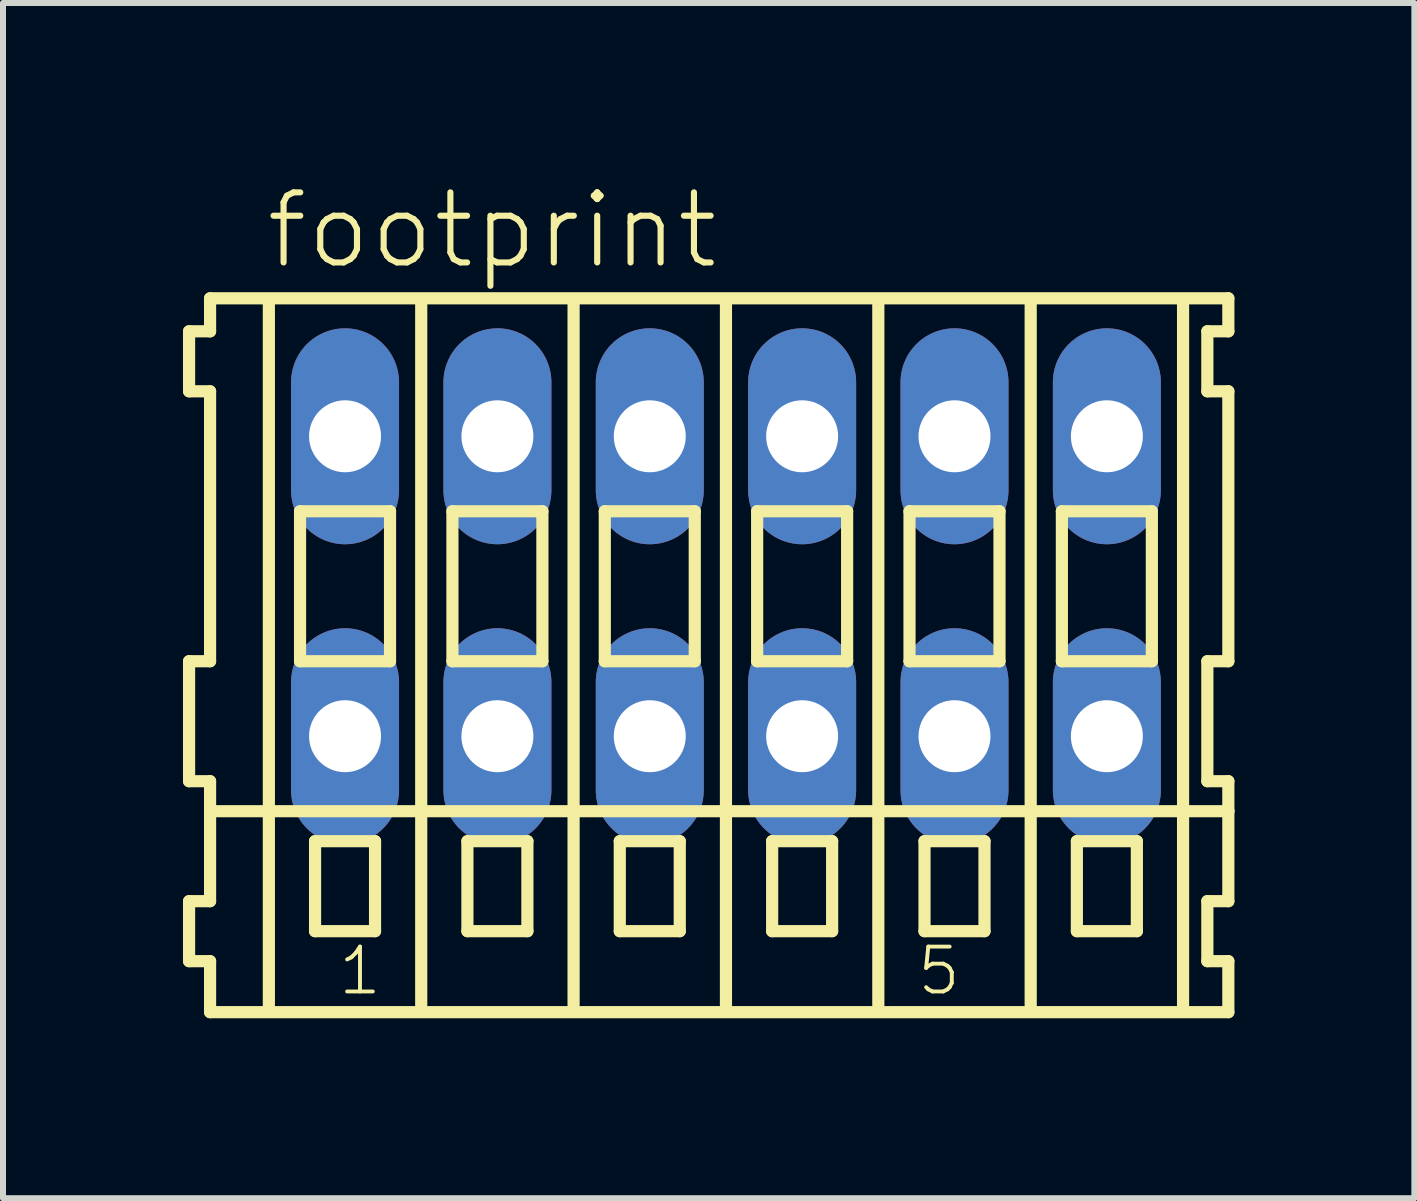
<source format=kicad_pcb>
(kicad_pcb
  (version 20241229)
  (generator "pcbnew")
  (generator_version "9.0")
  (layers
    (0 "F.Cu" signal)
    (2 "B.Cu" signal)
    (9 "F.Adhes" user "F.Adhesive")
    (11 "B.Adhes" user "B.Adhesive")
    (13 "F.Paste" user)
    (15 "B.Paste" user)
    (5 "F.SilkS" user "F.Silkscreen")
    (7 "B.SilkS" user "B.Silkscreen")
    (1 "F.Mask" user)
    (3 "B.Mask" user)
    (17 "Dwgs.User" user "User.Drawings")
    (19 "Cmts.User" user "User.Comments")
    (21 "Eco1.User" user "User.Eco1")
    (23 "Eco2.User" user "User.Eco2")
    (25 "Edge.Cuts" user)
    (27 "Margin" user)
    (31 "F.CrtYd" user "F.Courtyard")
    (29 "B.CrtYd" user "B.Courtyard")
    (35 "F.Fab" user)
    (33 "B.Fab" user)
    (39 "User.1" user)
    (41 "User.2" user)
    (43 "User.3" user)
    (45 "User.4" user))
  (footprint "footprint"
    (layer "F.Cu")
    (at 9.052 6.723)
    (property "Reference" "footprint" (at -7.72 -5.25 0) (layer "F.SilkS") (effects (font (size 1.168 1.168) (thickness 0.102)) (justify left bottom)))
    (fp_line (start -8.95 -4.25) (end -8.95 -3.25) (stroke (width 0.203) (type solid)) (layer "F.SilkS"))
    (fp_line (start -8.95 -3.25) (end -8.6 -3.25) (stroke (width 0.203) (type solid)) (layer "F.SilkS"))
    (fp_line (start -8.95 1.25) (end -8.95 3.25) (stroke (width 0.203) (type solid)) (layer "F.SilkS"))
    (fp_line (start -8.95 3.25) (end -8.6 3.25) (stroke (width 0.203) (type solid)) (layer "F.SilkS"))
    (fp_line (start -8.95 5.25) (end -8.95 6.25) (stroke (width 0.203) (type solid)) (layer "F.SilkS"))
    (fp_line (start -8.95 6.25) (end -8.6 6.25) (stroke (width 0.203) (type solid)) (layer "F.SilkS"))
    (fp_line (start -8.6 -4.8) (end -8.6 -4.25) (stroke (width 0.203) (type solid)) (layer "F.SilkS"))
    (fp_line (start -8.6 -4.25) (end -8.95 -4.25) (stroke (width 0.203) (type solid)) (layer "F.SilkS"))
    (fp_line (start -8.6 -3.25) (end -8.6 1.25) (stroke (width 0.203) (type solid)) (layer "F.SilkS"))
    (fp_line (start -8.6 1.25) (end -8.95 1.25) (stroke (width 0.203) (type solid)) (layer "F.SilkS"))
    (fp_line (start -8.6 3.25) (end -8.6 5.25) (stroke (width 0.203) (type solid)) (layer "F.SilkS"))
    (fp_line (start -8.6 3.75) (end 8.375 3.75) (stroke (width 0.203) (type solid)) (layer "F.SilkS"))
    (fp_line (start -8.6 5.25) (end -8.95 5.25) (stroke (width 0.203) (type solid)) (layer "F.SilkS"))
    (fp_line (start -8.6 6.25) (end -8.6 7.1) (stroke (width 0.203) (type solid)) (layer "F.SilkS"))
    (fp_line (start -8.6 7.1) (end 8.375 7.1) (stroke (width 0.203) (type solid)) (layer "F.SilkS"))
    (fp_line (start -7.62 6.985) (end -7.62 -4.699) (stroke (width 0.203) (type solid)) (layer "F.SilkS"))
    (fp_line (start -7.1 -1.25) (end -7.1 1.25) (stroke (width 0.203) (type solid)) (layer "F.SilkS"))
    (fp_line (start -7.1 1.25) (end -5.6 1.25) (stroke (width 0.203) (type solid)) (layer "F.SilkS"))
    (fp_line (start -6.85 4.25) (end -6.85 5.75) (stroke (width 0.203) (type solid)) (layer "F.SilkS"))
    (fp_line (start -6.85 5.75) (end -5.85 5.75) (stroke (width 0.203) (type solid)) (layer "F.SilkS"))
    (fp_line (start -5.85 4.25) (end -6.85 4.25) (stroke (width 0.203) (type solid)) (layer "F.SilkS"))
    (fp_line (start -5.85 5.75) (end -5.85 4.25) (stroke (width 0.203) (type solid)) (layer "F.SilkS"))
    (fp_line (start -5.6 -1.25) (end -7.1 -1.25) (stroke (width 0.203) (type solid)) (layer "F.SilkS"))
    (fp_line (start -5.6 1.25) (end -5.6 -1.25) (stroke (width 0.203) (type solid)) (layer "F.SilkS"))
    (fp_line (start -5.08 6.985) (end -5.08 -4.699) (stroke (width 0.203) (type solid)) (layer "F.SilkS"))
    (fp_line (start -4.56 -1.25) (end -4.56 1.25) (stroke (width 0.203) (type solid)) (layer "F.SilkS"))
    (fp_line (start -4.56 1.25) (end -3.06 1.25) (stroke (width 0.203) (type solid)) (layer "F.SilkS"))
    (fp_line (start -4.31 4.25) (end -4.31 5.75) (stroke (width 0.203) (type solid)) (layer "F.SilkS"))
    (fp_line (start -4.31 5.75) (end -3.31 5.75) (stroke (width 0.203) (type solid)) (layer "F.SilkS"))
    (fp_line (start -3.31 4.25) (end -4.31 4.25) (stroke (width 0.203) (type solid)) (layer "F.SilkS"))
    (fp_line (start -3.31 5.75) (end -3.31 4.25) (stroke (width 0.203) (type solid)) (layer "F.SilkS"))
    (fp_line (start -3.06 -1.25) (end -4.56 -1.25) (stroke (width 0.203) (type solid)) (layer "F.SilkS"))
    (fp_line (start -3.06 1.25) (end -3.06 -1.25) (stroke (width 0.203) (type solid)) (layer "F.SilkS"))
    (fp_line (start -2.54 6.985) (end -2.54 -4.699) (stroke (width 0.203) (type solid)) (layer "F.SilkS"))
    (fp_line (start -2.02 -1.25) (end -2.02 1.25) (stroke (width 0.203) (type solid)) (layer "F.SilkS"))
    (fp_line (start -2.02 1.25) (end -0.52 1.25) (stroke (width 0.203) (type solid)) (layer "F.SilkS"))
    (fp_line (start -1.77 4.25) (end -1.77 5.75) (stroke (width 0.203) (type solid)) (layer "F.SilkS"))
    (fp_line (start -1.77 5.75) (end -0.77 5.75) (stroke (width 0.203) (type solid)) (layer "F.SilkS"))
    (fp_line (start -0.77 4.25) (end -1.77 4.25) (stroke (width 0.203) (type solid)) (layer "F.SilkS"))
    (fp_line (start -0.77 5.75) (end -0.77 4.25) (stroke (width 0.203) (type solid)) (layer "F.SilkS"))
    (fp_line (start -0.52 -1.25) (end -2.02 -1.25) (stroke (width 0.203) (type solid)) (layer "F.SilkS"))
    (fp_line (start -0.52 1.25) (end -0.52 -1.25) (stroke (width 0.203) (type solid)) (layer "F.SilkS"))
    (fp_line (start 0 6.985) (end 0 -4.699) (stroke (width 0.203) (type solid)) (layer "F.SilkS"))
    (fp_line (start 0.52 -1.25) (end 0.52 1.25) (stroke (width 0.203) (type solid)) (layer "F.SilkS"))
    (fp_line (start 0.52 1.25) (end 2.02 1.25) (stroke (width 0.203) (type solid)) (layer "F.SilkS"))
    (fp_line (start 0.77 4.25) (end 0.77 5.75) (stroke (width 0.203) (type solid)) (layer "F.SilkS"))
    (fp_line (start 0.77 5.75) (end 1.77 5.75) (stroke (width 0.203) (type solid)) (layer "F.SilkS"))
    (fp_line (start 1.77 4.25) (end 0.77 4.25) (stroke (width 0.203) (type solid)) (layer "F.SilkS"))
    (fp_line (start 1.77 5.75) (end 1.77 4.25) (stroke (width 0.203) (type solid)) (layer "F.SilkS"))
    (fp_line (start 2.02 -1.25) (end 0.52 -1.25) (stroke (width 0.203) (type solid)) (layer "F.SilkS"))
    (fp_line (start 2.02 1.25) (end 2.02 -1.25) (stroke (width 0.203) (type solid)) (layer "F.SilkS"))
    (fp_line (start 2.54 6.985) (end 2.54 -4.699) (stroke (width 0.203) (type solid)) (layer "F.SilkS"))
    (fp_line (start 3.06 -1.25) (end 3.06 1.25) (stroke (width 0.203) (type solid)) (layer "F.SilkS"))
    (fp_line (start 3.06 1.25) (end 4.56 1.25) (stroke (width 0.203) (type solid)) (layer "F.SilkS"))
    (fp_line (start 3.31 4.25) (end 3.31 5.75) (stroke (width 0.203) (type solid)) (layer "F.SilkS"))
    (fp_line (start 3.31 5.75) (end 4.31 5.75) (stroke (width 0.203) (type solid)) (layer "F.SilkS"))
    (fp_line (start 4.31 4.25) (end 3.31 4.25) (stroke (width 0.203) (type solid)) (layer "F.SilkS"))
    (fp_line (start 4.31 5.75) (end 4.31 4.25) (stroke (width 0.203) (type solid)) (layer "F.SilkS"))
    (fp_line (start 4.56 -1.25) (end 3.06 -1.25) (stroke (width 0.203) (type solid)) (layer "F.SilkS"))
    (fp_line (start 4.56 1.25) (end 4.56 -1.25) (stroke (width 0.203) (type solid)) (layer "F.SilkS"))
    (fp_line (start 5.08 6.985) (end 5.08 -4.699) (stroke (width 0.203) (type solid)) (layer "F.SilkS"))
    (fp_line (start 5.6 -1.25) (end 5.6 1.25) (stroke (width 0.203) (type solid)) (layer "F.SilkS"))
    (fp_line (start 5.6 1.25) (end 7.1 1.25) (stroke (width 0.203) (type solid)) (layer "F.SilkS"))
    (fp_line (start 5.85 4.25) (end 5.85 5.75) (stroke (width 0.203) (type solid)) (layer "F.SilkS"))
    (fp_line (start 5.85 5.75) (end 6.85 5.75) (stroke (width 0.203) (type solid)) (layer "F.SilkS"))
    (fp_line (start 6.85 4.25) (end 5.85 4.25) (stroke (width 0.203) (type solid)) (layer "F.SilkS"))
    (fp_line (start 6.85 5.75) (end 6.85 4.25) (stroke (width 0.203) (type solid)) (layer "F.SilkS"))
    (fp_line (start 7.1 -1.25) (end 5.6 -1.25) (stroke (width 0.203) (type solid)) (layer "F.SilkS"))
    (fp_line (start 7.1 1.25) (end 7.1 -1.25) (stroke (width 0.203) (type solid)) (layer "F.SilkS"))
    (fp_line (start 7.62 6.985) (end 7.62 -4.699) (stroke (width 0.203) (type solid)) (layer "F.SilkS"))
    (fp_line (start 8.025 -4.25) (end 8.025 -3.25) (stroke (width 0.203) (type solid)) (layer "F.SilkS"))
    (fp_line (start 8.025 -3.25) (end 8.375 -3.25) (stroke (width 0.203) (type solid)) (layer "F.SilkS"))
    (fp_line (start 8.025 1.25) (end 8.025 3.25) (stroke (width 0.203) (type solid)) (layer "F.SilkS"))
    (fp_line (start 8.025 3.25) (end 8.375 3.25) (stroke (width 0.203) (type solid)) (layer "F.SilkS"))
    (fp_line (start 8.025 5.25) (end 8.025 6.25) (stroke (width 0.203) (type solid)) (layer "F.SilkS"))
    (fp_line (start 8.025 6.25) (end 8.375 6.25) (stroke (width 0.203) (type solid)) (layer "F.SilkS"))
    (fp_line (start 8.375 -4.8) (end -8.6 -4.8) (stroke (width 0.203) (type solid)) (layer "F.SilkS"))
    (fp_line (start 8.375 -4.25) (end 8.025 -4.25) (stroke (width 0.203) (type solid)) (layer "F.SilkS"))
    (fp_line (start 8.375 -4.25) (end 8.375 -4.8) (stroke (width 0.203) (type solid)) (layer "F.SilkS"))
    (fp_line (start 8.375 1.25) (end 8.025 1.25) (stroke (width 0.203) (type solid)) (layer "F.SilkS"))
    (fp_line (start 8.375 1.25) (end 8.375 -3.25) (stroke (width 0.203) (type solid)) (layer "F.SilkS"))
    (fp_line (start 8.375 3.75) (end 8.375 3.25) (stroke (width 0.203) (type solid)) (layer "F.SilkS"))
    (fp_line (start 8.375 5.25) (end 8.025 5.25) (stroke (width 0.203) (type solid)) (layer "F.SilkS"))
    (fp_line (start 8.375 5.25) (end 8.375 3.75) (stroke (width 0.203) (type solid)) (layer "F.SilkS"))
    (fp_line (start 8.375 7.1) (end 8.375 6.25) (stroke (width 0.203) (type solid)) (layer "F.SilkS"))
    (fp_text user "1" (at -6.5 6.85 0) (layer "F.SilkS") (effects (font (size 0.748 0.748) (thickness 0.065)) (justify left bottom)))
    (fp_text user "5" (at 3.152 6.85 0) (layer "F.SilkS") (effects (font (size 0.748 0.748) (thickness 0.065)) (justify left bottom)))
    (pad "A1" thru_hole oval (at -6.35 -2.5 90) (size 3.6 1.8) (drill 1.2) (layers "*.Cu" "*.Mask"))
    (pad "A2" thru_hole oval (at -3.81 -2.5 90) (size 3.6 1.8) (drill 1.2) (layers "*.Cu" "*.Mask"))
    (pad "A3" thru_hole oval (at -1.27 -2.5 90) (size 3.6 1.8) (drill 1.2) (layers "*.Cu" "*.Mask"))
    (pad "A4" thru_hole oval (at 1.27 -2.5 90) (size 3.6 1.8) (drill 1.2) (layers "*.Cu" "*.Mask"))
    (pad "A5" thru_hole oval (at 3.81 -2.5 90) (size 3.6 1.8) (drill 1.2) (layers "*.Cu" "*.Mask"))
    (pad "A6" thru_hole oval (at 6.35 -2.5 90) (size 3.6 1.8) (drill 1.2) (layers "*.Cu" "*.Mask"))
    (pad "B1" thru_hole oval (at -6.35 2.5 90) (size 3.6 1.8) (drill 1.2) (layers "*.Cu" "*.Mask"))
    (pad "B2" thru_hole oval (at -3.81 2.5 90) (size 3.6 1.8) (drill 1.2) (layers "*.Cu" "*.Mask"))
    (pad "B3" thru_hole oval (at -1.27 2.5 90) (size 3.6 1.8) (drill 1.2) (layers "*.Cu" "*.Mask"))
    (pad "B4" thru_hole oval (at 1.27 2.5 90) (size 3.6 1.8) (drill 1.2) (layers "*.Cu" "*.Mask"))
    (pad "B5" thru_hole oval (at 3.81 2.5 90) (size 3.6 1.8) (drill 1.2) (layers "*.Cu" "*.Mask"))
    (pad "B6" thru_hole oval (at 6.35 2.5 90) (size 3.6 1.8) (drill 1.2) (layers "*.Cu" "*.Mask")))
  (gr_rect
    (start -3 -3)
    (end 20.528 16.925)
    (stroke (width 0.1) (type default))
    (fill no)
    (layer "Edge.Cuts")))
</source>
